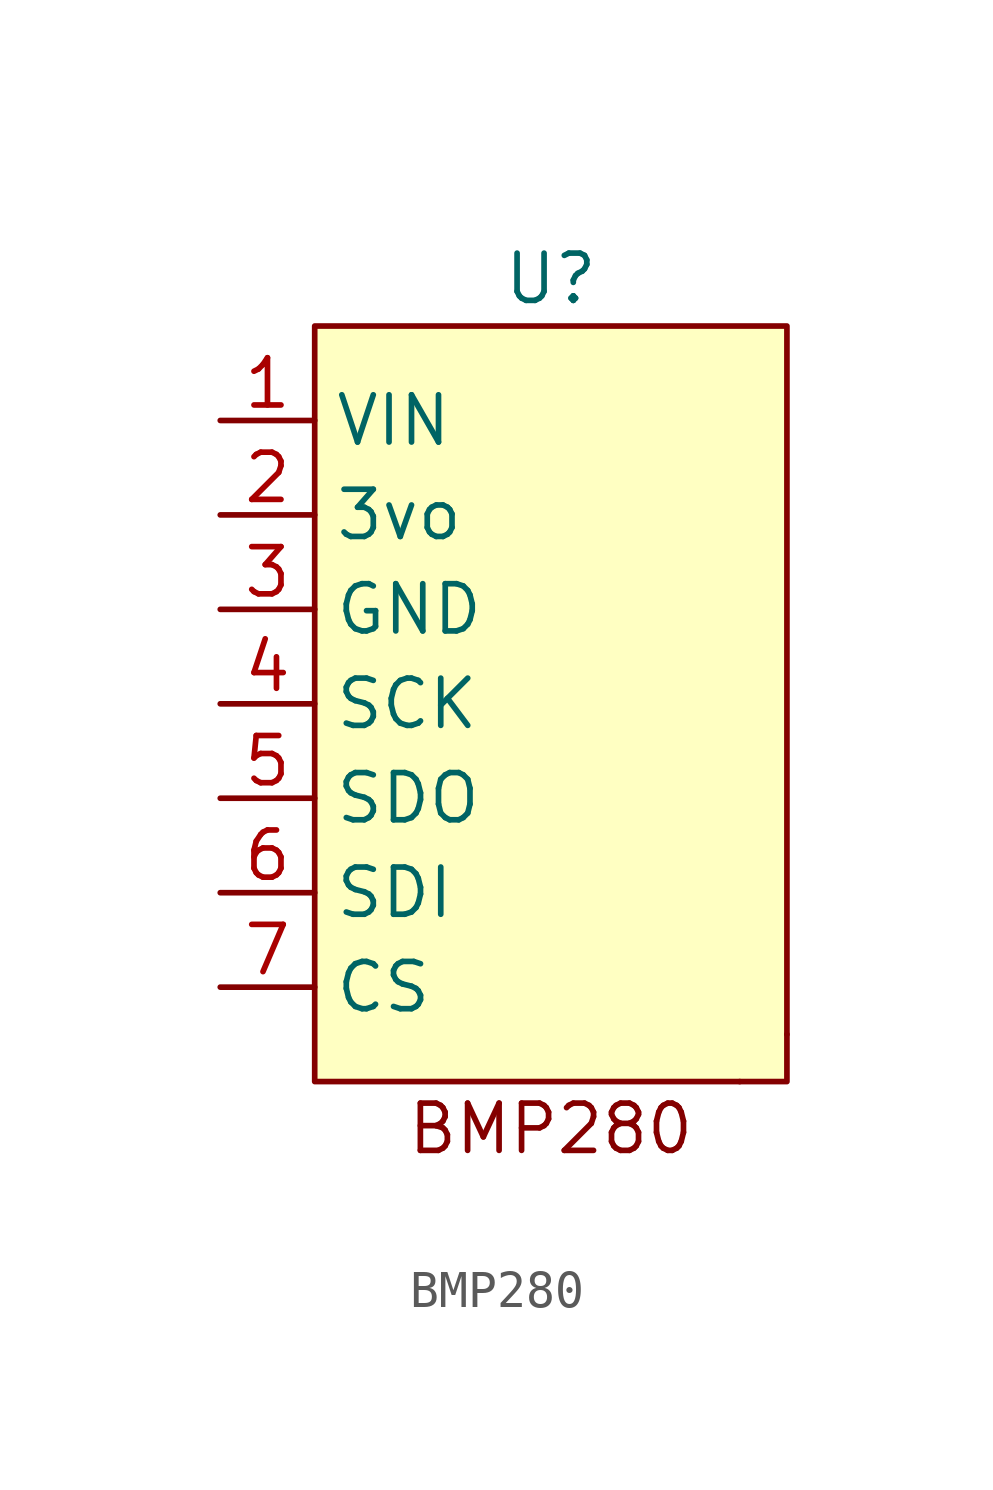
<source format=kicad_sym>
(kicad_symbol_lib
  (version 20220914)
  (generator kicad_symbol_editor)
  (symbol "BMP280"
    (property "Reference" "U"
      (at 6.35 11.43 0)
      (effects (font (size 1.27 1.27))))
    (property "Value" ""
      (at 0 -1.27 0)
      (effects (font (size 1.27 1.27))))
    (symbol "BMP280_0_1"
      (rectangle (start 11.43 -10.16) (end 11.43 -10.16) (stroke (width 0) (type default)) (fill (type none)))
      (rectangle (start 12.7 -8.89) (end 12.7 -8.89) (stroke (width 0) (type default)) (fill (type none))))
    (symbol "BMP280_1_1"
      (rectangle (start 0 10.16) (end 12.7 -10.16) (stroke (width 0) (type default)) (fill (type background)))
      (text "BMP280" (at 6.35 -11.43 0) (effects (font (size 1.27 1.27))))
      (pin input line (at -2.54 7.62 0) (length 2.54) (name "VIN" (effects (font (size 1.27 1.27)))) (number "1" (effects (font (size 1.27 1.27)))))
      (pin input line (at -2.54 5.08 0) (length 2.54) (name "3vo" (effects (font (size 1.27 1.27)))) (number "2" (effects (font (size 1.27 1.27)))))
      (pin input line (at -2.54 2.54 0) (length 2.54) (name "GND" (effects (font (size 1.27 1.27)))) (number "3" (effects (font (size 1.27 1.27)))))
      (pin input line (at -2.54 0 0) (length 2.54) (name "SCK" (effects (font (size 1.27 1.27)))) (number "4" (effects (font (size 1.27 1.27)))))
      (pin input line (at -2.54 -2.54 0) (length 2.54) (name "SDO" (effects (font (size 1.27 1.27)))) (number "5" (effects (font (size 1.27 1.27)))))
      (pin input line (at -2.54 -5.08 0) (length 2.54) (name "SDI" (effects (font (size 1.27 1.27)))) (number "6" (effects (font (size 1.27 1.27)))))
      (pin input line (at -2.54 -7.62 0) (length 2.54) (name "CS" (effects (font (size 1.27 1.27)))) (number "7" (effects (font (size 1.27 1.27))))))))
</source>
